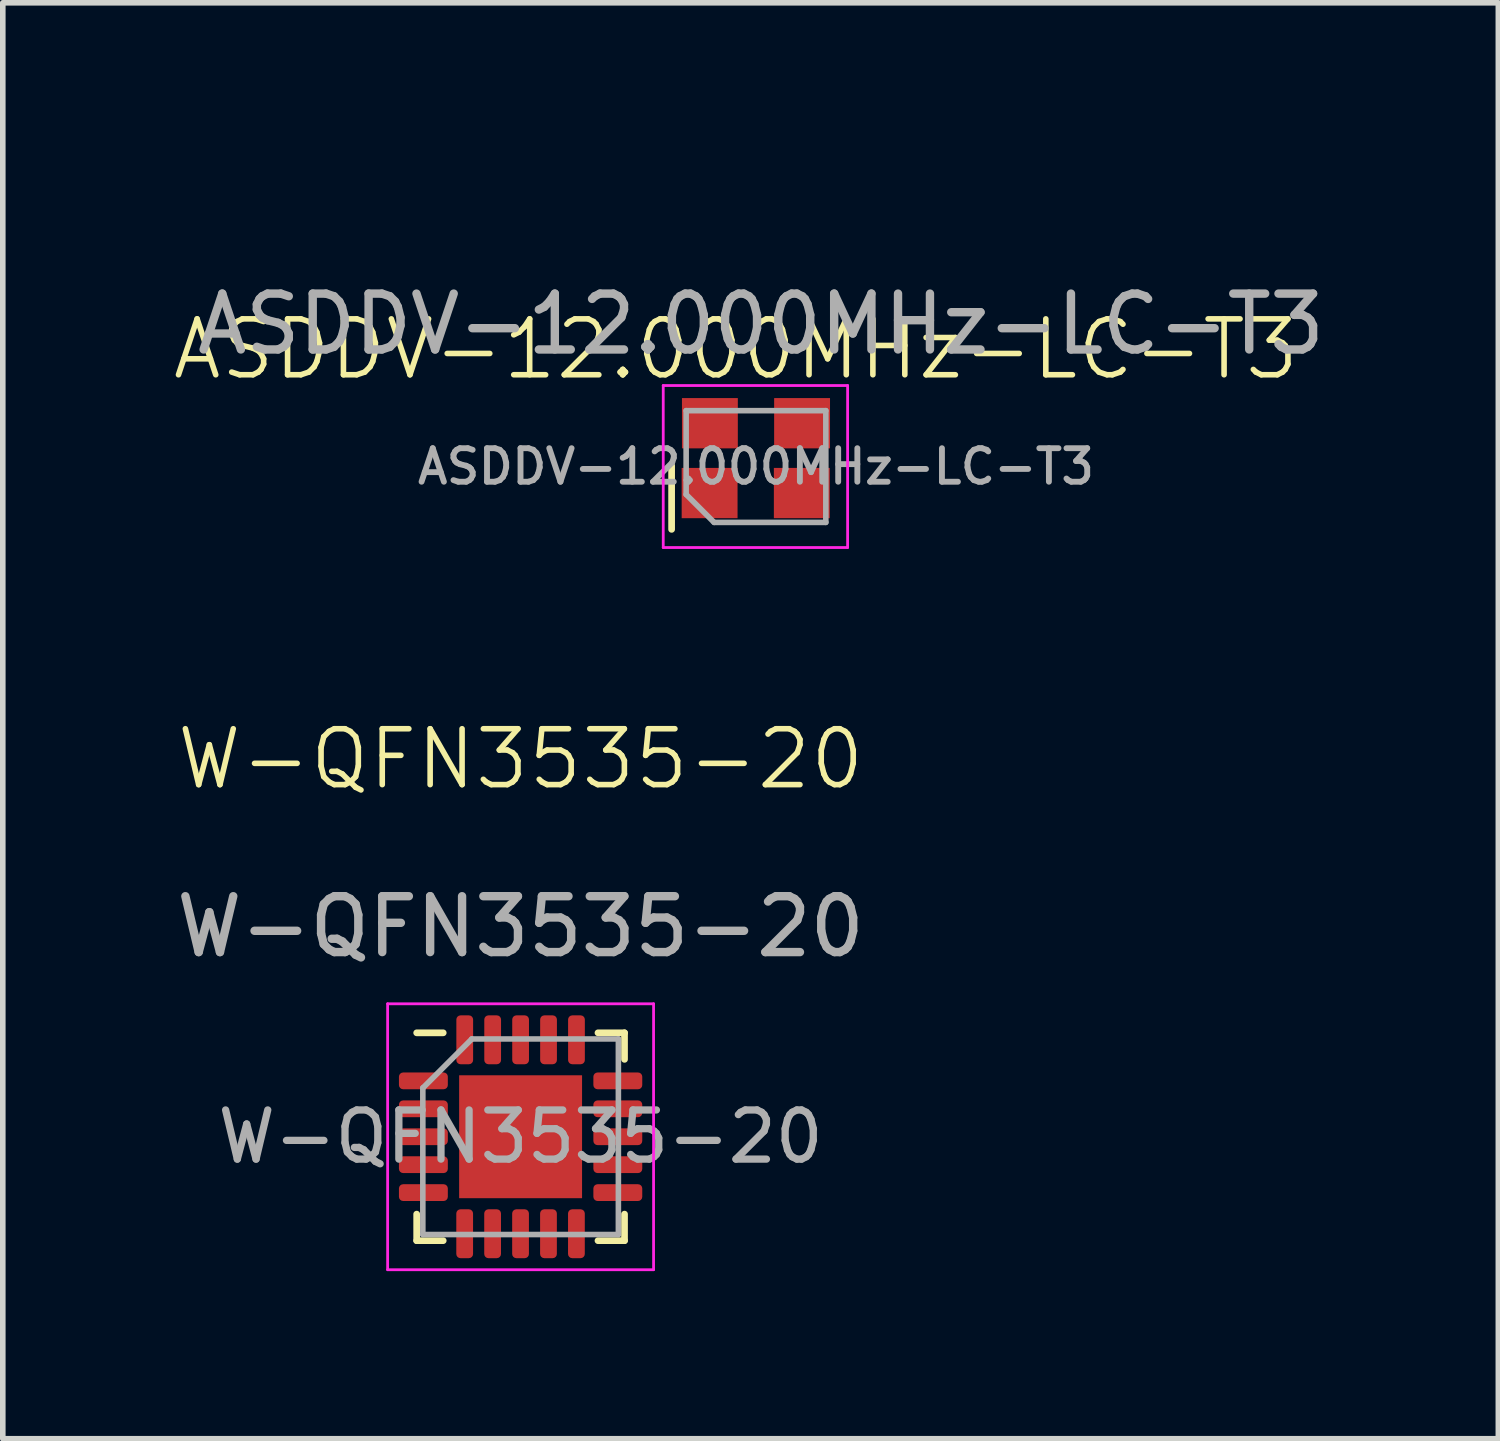
<source format=kicad_pcb>
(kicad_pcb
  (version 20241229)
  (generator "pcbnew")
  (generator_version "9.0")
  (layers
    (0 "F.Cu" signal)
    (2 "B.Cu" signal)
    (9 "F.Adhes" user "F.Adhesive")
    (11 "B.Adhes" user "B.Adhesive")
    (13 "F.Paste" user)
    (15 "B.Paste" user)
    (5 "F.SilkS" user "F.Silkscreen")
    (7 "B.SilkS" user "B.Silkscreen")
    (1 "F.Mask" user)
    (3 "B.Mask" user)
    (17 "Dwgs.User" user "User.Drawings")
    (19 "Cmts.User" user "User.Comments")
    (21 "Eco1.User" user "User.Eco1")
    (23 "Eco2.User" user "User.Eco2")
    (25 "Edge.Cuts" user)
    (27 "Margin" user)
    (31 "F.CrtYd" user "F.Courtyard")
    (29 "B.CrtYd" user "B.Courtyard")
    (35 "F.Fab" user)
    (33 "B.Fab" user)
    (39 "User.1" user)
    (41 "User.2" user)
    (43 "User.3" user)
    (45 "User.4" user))
  (footprint "W-QFN3535-20"
    (layer "F.Cu")
    (at 6.268 11.036)
    (property "Reference" "W-QFN3535-20" (at 0 -0.5 0) (unlocked yes) (layer "F.SilkS") (effects (font (size 1 1) (thickness 0.1))))
    (attr smd)
    (fp_line (start -1.86 8.12) (end -1.86 7.645) (stroke (width 0.12) (type solid)) (layer "F.SilkS"))
    (fp_line (start -1.385 4.4) (end -1.86 4.4) (stroke (width 0.12) (type solid)) (layer "F.SilkS"))
    (fp_line (start -1.385 8.12) (end -1.86 8.12) (stroke (width 0.12) (type solid)) (layer "F.SilkS"))
    (fp_line (start 1.385 4.4) (end 1.86 4.4) (stroke (width 0.12) (type solid)) (layer "F.SilkS"))
    (fp_line (start 1.385 8.12) (end 1.86 8.12) (stroke (width 0.12) (type solid)) (layer "F.SilkS"))
    (fp_line (start 1.86 4.4) (end 1.86 4.875) (stroke (width 0.12) (type solid)) (layer "F.SilkS"))
    (fp_line (start 1.86 8.12) (end 1.86 7.645) (stroke (width 0.12) (type solid)) (layer "F.SilkS"))
    (fp_line (start -2.38 3.88) (end -2.38 8.64) (stroke (width 0.05) (type solid)) (layer "F.CrtYd"))
    (fp_line (start -2.38 8.64) (end 2.38 8.64) (stroke (width 0.05) (type solid)) (layer "F.CrtYd"))
    (fp_line (start 2.38 3.88) (end -2.38 3.88) (stroke (width 0.05) (type solid)) (layer "F.CrtYd"))
    (fp_line (start 2.38 8.64) (end 2.38 3.88) (stroke (width 0.05) (type solid)) (layer "F.CrtYd"))
    (fp_line (start -1.75 8.01) (end -1.75 5.385) (stroke (width 0.1) (type solid)) (layer "F.Fab"))
    (fp_line (start -1.748 5.385) (end -0.873 4.51) (stroke (width 0.1) (type solid)) (layer "F.Fab"))
    (fp_line (start -0.875 4.51) (end 1.75 4.51) (stroke (width 0.1) (type solid)) (layer "F.Fab"))
    (fp_line (start 1.75 4.51) (end 1.75 8.01) (stroke (width 0.1) (type solid)) (layer "F.Fab"))
    (fp_line (start 1.75 8.01) (end -1.75 8.01) (stroke (width 0.1) (type solid)) (layer "F.Fab"))
    (fp_text user "${REFERENCE}" (at 0 6.26 0) (layer "F.Fab") (effects (font (size 0.88 0.88) (thickness 0.13))))
    (fp_text user "${REFERENCE}" (at 0 2.5 0) (unlocked yes) (layer "F.Fab") (effects (font (size 1 1) (thickness 0.15))))
    (pad "" smd roundrect (at -0.5 5.76) (size 0.81 0.81) (layers "F.Paste") (roundrect_rratio 0.25))
    (pad "" smd roundrect (at -0.5 6.76) (size 0.81 0.81) (layers "F.Paste") (roundrect_rratio 0.25))
    (pad "" smd roundrect (at 0.5 5.76) (size 0.81 0.81) (layers "F.Paste") (roundrect_rratio 0.25))
    (pad "" smd roundrect (at 0.5 6.76) (size 0.81 0.81) (layers "F.Paste") (roundrect_rratio 0.25))
    (pad "1" smd roundrect (at -1.74 5.26) (size 0.875 0.3) (layers "F.Cu" "F.Mask" "F.Paste") (roundrect_rratio 0.25))
    (pad "2" smd roundrect (at -1.74 5.76) (size 0.875 0.3) (layers "F.Cu" "F.Mask" "F.Paste") (roundrect_rratio 0.25))
    (pad "3" smd roundrect (at -1.74 6.26) (size 0.875 0.3) (layers "F.Cu" "F.Mask" "F.Paste") (roundrect_rratio 0.25))
    (pad "4" smd roundrect (at -1.74 6.76) (size 0.875 0.3) (layers "F.Cu" "F.Mask" "F.Paste") (roundrect_rratio 0.25))
    (pad "5" smd roundrect (at -1.74 7.26) (size 0.875 0.3) (layers "F.Cu" "F.Mask" "F.Paste") (roundrect_rratio 0.25))
    (pad "6" smd roundrect (at -1.001 7.996) (size 0.3 0.875) (layers "F.Cu" "F.Mask" "F.Paste") (roundrect_rratio 0.25))
    (pad "7" smd roundrect (at -0.501 7.996) (size 0.3 0.875) (layers "F.Cu" "F.Mask" "F.Paste") (roundrect_rratio 0.25))
    (pad "8" smd roundrect (at -0.001 7.996) (size 0.3 0.875) (layers "F.Cu" "F.Mask" "F.Paste") (roundrect_rratio 0.25))
    (pad "9" smd roundrect (at 0.499 7.996) (size 0.3 0.875) (layers "F.Cu" "F.Mask" "F.Paste") (roundrect_rratio 0.25))
    (pad "10" smd roundrect (at 0.999 7.996) (size 0.3 0.875) (layers "F.Cu" "F.Mask" "F.Paste") (roundrect_rratio 0.25))
    (pad "11" smd roundrect (at 1.74 7.26) (size 0.875 0.3) (layers "F.Cu" "F.Mask" "F.Paste") (roundrect_rratio 0.25))
    (pad "12" smd roundrect (at 1.74 6.76) (size 0.875 0.3) (layers "F.Cu" "F.Mask" "F.Paste") (roundrect_rratio 0.25))
    (pad "13" smd roundrect (at 1.74 6.26) (size 0.875 0.3) (layers "F.Cu" "F.Mask" "F.Paste") (roundrect_rratio 0.25))
    (pad "14" smd roundrect (at 1.74 5.76) (size 0.875 0.3) (layers "F.Cu" "F.Mask" "F.Paste") (roundrect_rratio 0.25))
    (pad "15" smd roundrect (at 1.74 5.26) (size 0.875 0.3) (layers "F.Cu" "F.Mask" "F.Paste") (roundrect_rratio 0.25))
    (pad "16" smd roundrect (at 1 4.525) (size 0.3 0.875) (layers "F.Cu" "F.Mask" "F.Paste") (roundrect_rratio 0.25))
    (pad "17" smd roundrect (at 0.5 4.525) (size 0.3 0.875) (layers "F.Cu" "F.Mask" "F.Paste") (roundrect_rratio 0.25))
    (pad "18" smd roundrect (at 0 4.525) (size 0.3 0.875) (layers "F.Cu" "F.Mask" "F.Paste") (roundrect_rratio 0.25))
    (pad "19" smd roundrect (at -0.5 4.525) (size 0.3 0.875) (layers "F.Cu" "F.Mask" "F.Paste") (roundrect_rratio 0.25))
    (pad "20" smd roundrect (at -1 4.525) (size 0.3 0.875) (layers "F.Cu" "F.Mask" "F.Paste") (roundrect_rratio 0.25))
    (pad "21" smd rect (at 0 6.26) (size 2.2 2.2) (layers "F.Cu" "F.Mask")))
  (footprint "ASDDV-12.000MHz-LC-T3"
    (layer "F.Cu")
    (at 10.571 0.25)
    (property "Reference" "ASDDV-12.000MHz-LC-T3" (at -0.45 2.95 0) (unlocked yes) (layer "F.SilkS") (effects (font (size 1 1) (thickness 0.1))))
    (attr smd)
    (fp_line (start -1.6 5.035) (end -1.6 6.175) (stroke (width 0.12) (type solid)) (layer "F.SilkS"))
    (fp_line (start -1.75 3.6) (end -1.75 6.5) (stroke (width 0.05) (type solid)) (layer "F.CrtYd"))
    (fp_line (start -1.75 6.5) (end 1.55 6.5) (stroke (width 0.05) (type solid)) (layer "F.CrtYd"))
    (fp_line (start 1.55 3.6) (end -1.75 3.6) (stroke (width 0.05) (type solid)) (layer "F.CrtYd"))
    (fp_line (start 1.55 6.5) (end 1.55 3.6) (stroke (width 0.05) (type solid)) (layer "F.CrtYd"))
    (fp_line (start -1.34 4.05) (end 1.16 4.05) (stroke (width 0.1) (type solid)) (layer "F.Fab"))
    (fp_line (start -1.34 5.55) (end -1.34 4.05) (stroke (width 0.1) (type solid)) (layer "F.Fab"))
    (fp_line (start -1.34 5.55) (end -0.84 6.05) (stroke (width 0.1) (type solid)) (layer "F.Fab"))
    (fp_line (start 1.16 4.05) (end 1.16 6.05) (stroke (width 0.1) (type solid)) (layer "F.Fab"))
    (fp_line (start 1.16 6.05) (end -0.84 6.05) (stroke (width 0.1) (type solid)) (layer "F.Fab"))
    (fp_text user "${REFERENCE}" (at 0 2.5 0) (unlocked yes) (layer "F.Fab") (effects (font (size 1 1) (thickness 0.15))))
    (fp_text user "${REFERENCE}" (at -0.09 5.05 0) (layer "F.Fab") (effects (font (size 0.6 0.6) (thickness 0.105))))
    (pad "1" smd rect (at -0.92 5.525) (size 1 0.9) (layers "F.Cu" "F.Mask" "F.Paste"))
    (pad "2" smd rect (at 0.73 5.525) (size 1 0.9) (layers "F.Cu" "F.Mask" "F.Paste"))
    (pad "3" smd rect (at 0.735 4.275) (size 1 0.9) (layers "F.Cu" "F.Mask" "F.Paste"))
    (pad "4" smd rect (at -0.915 4.275) (size 1 0.9) (layers "F.Cu" "F.Mask" "F.Paste")))
  (gr_rect
    (start -3 -3)
    (end 23.768 22.701)
    (stroke (width 0.1) (type default))
    (fill no)
    (layer "Edge.Cuts")))
</source>
